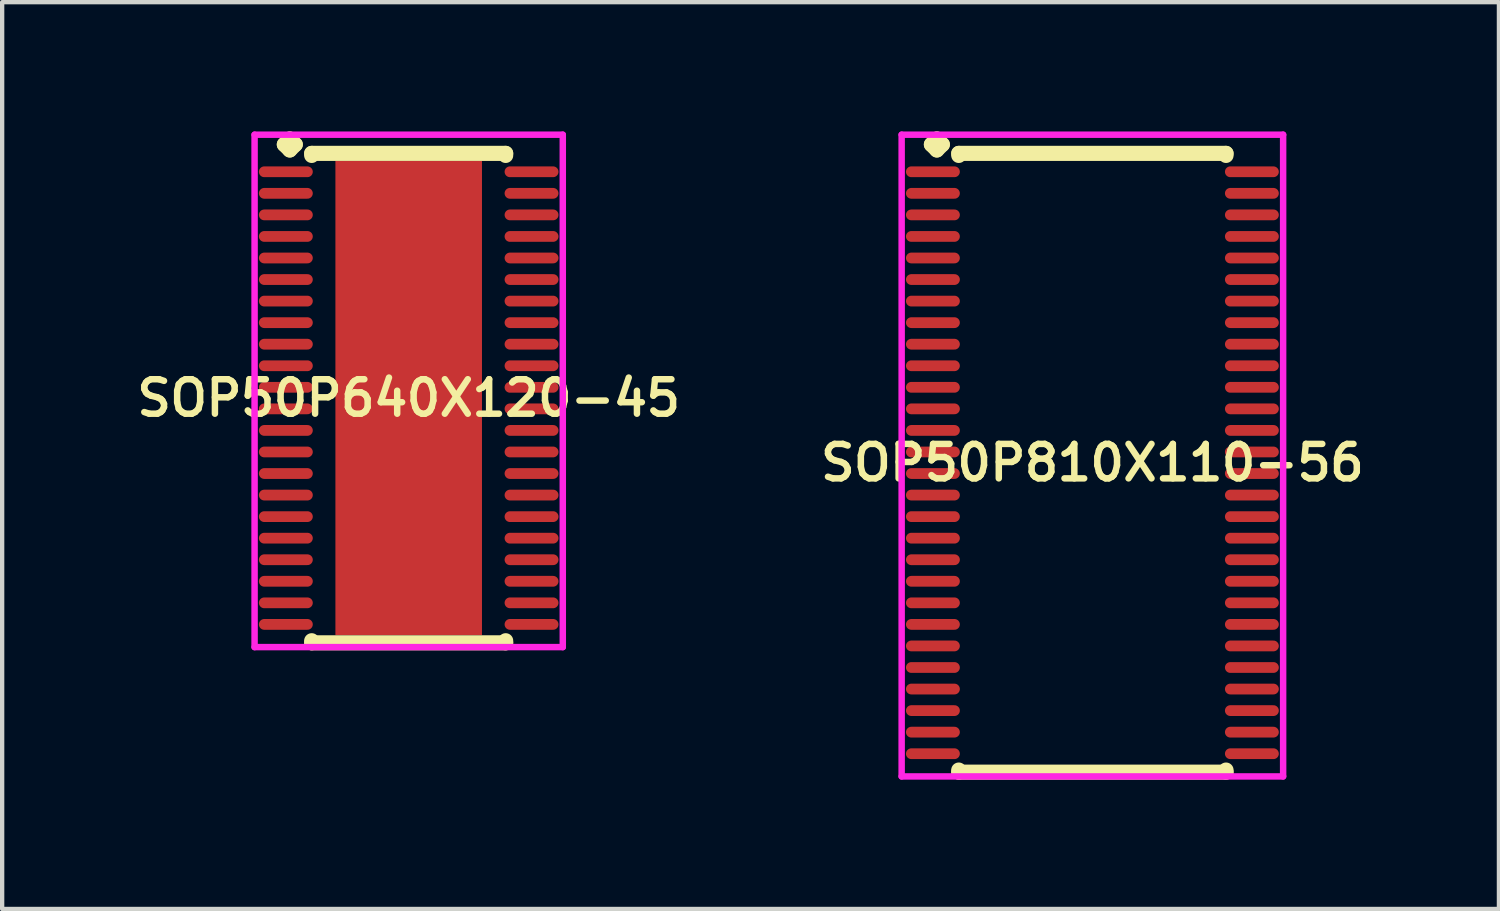
<source format=kicad_pcb>
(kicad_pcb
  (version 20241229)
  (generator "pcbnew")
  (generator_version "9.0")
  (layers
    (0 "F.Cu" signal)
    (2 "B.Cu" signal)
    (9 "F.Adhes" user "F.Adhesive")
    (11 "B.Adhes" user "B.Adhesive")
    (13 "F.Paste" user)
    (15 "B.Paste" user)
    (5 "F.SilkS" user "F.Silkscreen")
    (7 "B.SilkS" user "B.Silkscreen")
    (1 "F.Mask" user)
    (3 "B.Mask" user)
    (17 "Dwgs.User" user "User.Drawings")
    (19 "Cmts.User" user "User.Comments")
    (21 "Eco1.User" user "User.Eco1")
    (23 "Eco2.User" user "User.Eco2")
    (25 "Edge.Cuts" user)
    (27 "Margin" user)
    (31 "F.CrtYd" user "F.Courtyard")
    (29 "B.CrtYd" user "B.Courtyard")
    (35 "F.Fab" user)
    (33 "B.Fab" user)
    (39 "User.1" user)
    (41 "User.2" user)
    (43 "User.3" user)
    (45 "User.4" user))
  (footprint "SOP50P810X110-56"
    (layer "F.Cu")
    (at 22.292 7.685)
    (property "Reference" "SOP50P810X110-56" (at 0 0 0) (layer "F.SilkS") (effects (font (size 0.8 0.8) (thickness 0.15))))
    (attr smd)
    (fp_line (start -3.735 -7.383) (end -3.608 -7.51) (stroke (width 0.35) (type solid)) (layer "F.SilkS"))
    (fp_line (start -3.608 -7.51) (end -3.481 -7.383) (stroke (width 0.35) (type solid)) (layer "F.SilkS"))
    (fp_line (start -3.608 -7.256) (end -3.735 -7.383) (stroke (width 0.35) (type solid)) (layer "F.SilkS"))
    (fp_line (start -3.481 -7.383) (end -3.608 -7.256) (stroke (width 0.35) (type solid)) (layer "F.SilkS"))
    (fp_line (start -3.1 -7.177) (end 3.1 -7.177) (stroke (width 0.35) (type solid)) (layer "F.SilkS"))
    (fp_line (start -3.1 -7.129) (end -3.1 -7.177) (stroke (width 0.35) (type solid)) (layer "F.SilkS"))
    (fp_line (start -3.1 7.129) (end -3.1 7.177) (stroke (width 0.35) (type solid)) (layer "F.SilkS"))
    (fp_line (start -3.1 7.177) (end 3.1 7.177) (stroke (width 0.35) (type solid)) (layer "F.SilkS"))
    (fp_line (start 3.1 -7.177) (end 3.1 -7.129) (stroke (width 0.35) (type solid)) (layer "F.SilkS"))
    (fp_line (start 3.1 7.177) (end 3.1 7.129) (stroke (width 0.35) (type solid)) (layer "F.SilkS"))
    (fp_line (start -4.425 -7.61) (end 4.425 -7.61) (stroke (width 0.15) (type solid)) (layer "F.CrtYd"))
    (fp_line (start -4.425 7.277) (end -4.425 -7.61) (stroke (width 0.15) (type solid)) (layer "F.CrtYd"))
    (fp_line (start 4.425 -7.61) (end 4.425 7.277) (stroke (width 0.15) (type solid)) (layer "F.CrtYd"))
    (fp_line (start 4.425 7.277) (end -4.425 7.277) (stroke (width 0.15) (type solid)) (layer "F.CrtYd"))
    (pad "1" smd oval (at -3.7 -6.75) (size 1.25 0.25) (layers "F.Cu" "F.Mask" "F.Paste"))
    (pad "2" smd oval (at -3.7 -6.25) (size 1.25 0.25) (layers "F.Cu" "F.Mask" "F.Paste"))
    (pad "3" smd oval (at -3.7 -5.75) (size 1.25 0.25) (layers "F.Cu" "F.Mask" "F.Paste"))
    (pad "4" smd oval (at -3.7 -5.25) (size 1.25 0.25) (layers "F.Cu" "F.Mask" "F.Paste"))
    (pad "5" smd oval (at -3.7 -4.75) (size 1.25 0.25) (layers "F.Cu" "F.Mask" "F.Paste"))
    (pad "6" smd oval (at -3.7 -4.25) (size 1.25 0.25) (layers "F.Cu" "F.Mask" "F.Paste"))
    (pad "7" smd oval (at -3.7 -3.75) (size 1.25 0.25) (layers "F.Cu" "F.Mask" "F.Paste"))
    (pad "8" smd oval (at -3.7 -3.25) (size 1.25 0.25) (layers "F.Cu" "F.Mask" "F.Paste"))
    (pad "9" smd oval (at -3.7 -2.75) (size 1.25 0.25) (layers "F.Cu" "F.Mask" "F.Paste"))
    (pad "10" smd oval (at -3.7 -2.25) (size 1.25 0.25) (layers "F.Cu" "F.Mask" "F.Paste"))
    (pad "11" smd oval (at -3.7 -1.75) (size 1.25 0.25) (layers "F.Cu" "F.Mask" "F.Paste"))
    (pad "12" smd oval (at -3.7 -1.25) (size 1.25 0.25) (layers "F.Cu" "F.Mask" "F.Paste"))
    (pad "13" smd oval (at -3.7 -0.75) (size 1.25 0.25) (layers "F.Cu" "F.Mask" "F.Paste"))
    (pad "14" smd oval (at -3.7 -0.25) (size 1.25 0.25) (layers "F.Cu" "F.Mask" "F.Paste"))
    (pad "15" smd oval (at -3.7 0.25) (size 1.25 0.25) (layers "F.Cu" "F.Mask" "F.Paste"))
    (pad "16" smd oval (at -3.7 0.75) (size 1.25 0.25) (layers "F.Cu" "F.Mask" "F.Paste"))
    (pad "17" smd oval (at -3.7 1.25) (size 1.25 0.25) (layers "F.Cu" "F.Mask" "F.Paste"))
    (pad "18" smd oval (at -3.7 1.75) (size 1.25 0.25) (layers "F.Cu" "F.Mask" "F.Paste"))
    (pad "19" smd oval (at -3.7 2.25) (size 1.25 0.25) (layers "F.Cu" "F.Mask" "F.Paste"))
    (pad "20" smd oval (at -3.7 2.75) (size 1.25 0.25) (layers "F.Cu" "F.Mask" "F.Paste"))
    (pad "21" smd oval (at -3.7 3.25) (size 1.25 0.25) (layers "F.Cu" "F.Mask" "F.Paste"))
    (pad "22" smd oval (at -3.7 3.75) (size 1.25 0.25) (layers "F.Cu" "F.Mask" "F.Paste"))
    (pad "23" smd oval (at -3.7 4.25) (size 1.25 0.25) (layers "F.Cu" "F.Mask" "F.Paste"))
    (pad "24" smd oval (at -3.7 4.75) (size 1.25 0.25) (layers "F.Cu" "F.Mask" "F.Paste"))
    (pad "25" smd oval (at -3.7 5.25) (size 1.25 0.25) (layers "F.Cu" "F.Mask" "F.Paste"))
    (pad "26" smd oval (at -3.7 5.75) (size 1.25 0.25) (layers "F.Cu" "F.Mask" "F.Paste"))
    (pad "27" smd oval (at -3.7 6.25) (size 1.25 0.25) (layers "F.Cu" "F.Mask" "F.Paste"))
    (pad "28" smd oval (at -3.7 6.75) (size 1.25 0.25) (layers "F.Cu" "F.Mask" "F.Paste"))
    (pad "29" smd oval (at 3.7 6.75) (size 1.25 0.25) (layers "F.Cu" "F.Mask" "F.Paste"))
    (pad "30" smd oval (at 3.7 6.25) (size 1.25 0.25) (layers "F.Cu" "F.Mask" "F.Paste"))
    (pad "31" smd oval (at 3.7 5.75) (size 1.25 0.25) (layers "F.Cu" "F.Mask" "F.Paste"))
    (pad "32" smd oval (at 3.7 5.25) (size 1.25 0.25) (layers "F.Cu" "F.Mask" "F.Paste"))
    (pad "33" smd oval (at 3.7 4.75) (size 1.25 0.25) (layers "F.Cu" "F.Mask" "F.Paste"))
    (pad "34" smd oval (at 3.7 4.25) (size 1.25 0.25) (layers "F.Cu" "F.Mask" "F.Paste"))
    (pad "35" smd oval (at 3.7 3.75) (size 1.25 0.25) (layers "F.Cu" "F.Mask" "F.Paste"))
    (pad "36" smd oval (at 3.7 3.25) (size 1.25 0.25) (layers "F.Cu" "F.Mask" "F.Paste"))
    (pad "37" smd oval (at 3.7 2.75) (size 1.25 0.25) (layers "F.Cu" "F.Mask" "F.Paste"))
    (pad "38" smd oval (at 3.7 2.25) (size 1.25 0.25) (layers "F.Cu" "F.Mask" "F.Paste"))
    (pad "39" smd oval (at 3.7 1.75) (size 1.25 0.25) (layers "F.Cu" "F.Mask" "F.Paste"))
    (pad "40" smd oval (at 3.7 1.25) (size 1.25 0.25) (layers "F.Cu" "F.Mask" "F.Paste"))
    (pad "41" smd oval (at 3.7 0.75) (size 1.25 0.25) (layers "F.Cu" "F.Mask" "F.Paste"))
    (pad "42" smd oval (at 3.7 0.25) (size 1.25 0.25) (layers "F.Cu" "F.Mask" "F.Paste"))
    (pad "43" smd oval (at 3.7 -0.25) (size 1.25 0.25) (layers "F.Cu" "F.Mask" "F.Paste"))
    (pad "44" smd oval (at 3.7 -0.75) (size 1.25 0.25) (layers "F.Cu" "F.Mask" "F.Paste"))
    (pad "45" smd oval (at 3.7 -1.25) (size 1.25 0.25) (layers "F.Cu" "F.Mask" "F.Paste"))
    (pad "46" smd oval (at 3.7 -1.75) (size 1.25 0.25) (layers "F.Cu" "F.Mask" "F.Paste"))
    (pad "47" smd oval (at 3.7 -2.25) (size 1.25 0.25) (layers "F.Cu" "F.Mask" "F.Paste"))
    (pad "48" smd oval (at 3.7 -2.75) (size 1.25 0.25) (layers "F.Cu" "F.Mask" "F.Paste"))
    (pad "49" smd oval (at 3.7 -3.25) (size 1.25 0.25) (layers "F.Cu" "F.Mask" "F.Paste"))
    (pad "50" smd oval (at 3.7 -3.75) (size 1.25 0.25) (layers "F.Cu" "F.Mask" "F.Paste"))
    (pad "51" smd oval (at 3.7 -4.25) (size 1.25 0.25) (layers "F.Cu" "F.Mask" "F.Paste"))
    (pad "52" smd oval (at 3.7 -4.75) (size 1.25 0.25) (layers "F.Cu" "F.Mask" "F.Paste"))
    (pad "53" smd oval (at 3.7 -5.25) (size 1.25 0.25) (layers "F.Cu" "F.Mask" "F.Paste"))
    (pad "54" smd oval (at 3.7 -5.75) (size 1.25 0.25) (layers "F.Cu" "F.Mask" "F.Paste"))
    (pad "55" smd oval (at 3.7 -6.25) (size 1.25 0.25) (layers "F.Cu" "F.Mask" "F.Paste"))
    (pad "56" smd oval (at 3.7 -6.75) (size 1.25 0.25) (layers "F.Cu" "F.Mask" "F.Paste")))
  (footprint "SOP50P640X120-45"
    (layer "F.Cu")
    (at 6.431 6.185)
    (property "Reference" "SOP50P640X120-45" (at 0 0 0) (layer "F.SilkS") (effects (font (size 0.8 0.8) (thickness 0.15))))
    (attr smd)
    (fp_line (start -2.885 -5.883) (end -2.758 -6.01) (stroke (width 0.35) (type solid)) (layer "F.SilkS"))
    (fp_line (start -2.758 -6.01) (end -2.631 -5.883) (stroke (width 0.35) (type solid)) (layer "F.SilkS"))
    (fp_line (start -2.758 -5.756) (end -2.885 -5.883) (stroke (width 0.35) (type solid)) (layer "F.SilkS"))
    (fp_line (start -2.631 -5.883) (end -2.758 -5.756) (stroke (width 0.35) (type solid)) (layer "F.SilkS"))
    (fp_line (start -2.25 -5.677) (end 2.25 -5.677) (stroke (width 0.35) (type solid)) (layer "F.SilkS"))
    (fp_line (start -2.25 -5.629) (end -2.25 -5.677) (stroke (width 0.35) (type solid)) (layer "F.SilkS"))
    (fp_line (start -2.25 5.629) (end -2.25 5.677) (stroke (width 0.35) (type solid)) (layer "F.SilkS"))
    (fp_line (start -2.25 5.677) (end 2.25 5.677) (stroke (width 0.35) (type solid)) (layer "F.SilkS"))
    (fp_line (start 2.25 -5.677) (end 2.25 -5.629) (stroke (width 0.35) (type solid)) (layer "F.SilkS"))
    (fp_line (start 2.25 5.677) (end 2.25 5.629) (stroke (width 0.35) (type solid)) (layer "F.SilkS"))
    (fp_line (start -3.575 -6.11) (end 3.575 -6.11) (stroke (width 0.15) (type solid)) (layer "F.CrtYd"))
    (fp_line (start -3.575 5.777) (end -3.575 -6.11) (stroke (width 0.15) (type solid)) (layer "F.CrtYd"))
    (fp_line (start 3.575 -6.11) (end 3.575 5.777) (stroke (width 0.15) (type solid)) (layer "F.CrtYd"))
    (fp_line (start 3.575 5.777) (end -3.575 5.777) (stroke (width 0.15) (type solid)) (layer "F.CrtYd"))
    (pad "1" smd oval (at -2.85 -5.25) (size 1.25 0.25) (layers "F.Cu" "F.Mask" "F.Paste"))
    (pad "2" smd oval (at -2.85 -4.75) (size 1.25 0.25) (layers "F.Cu" "F.Mask" "F.Paste"))
    (pad "3" smd oval (at -2.85 -4.25) (size 1.25 0.25) (layers "F.Cu" "F.Mask" "F.Paste"))
    (pad "4" smd oval (at -2.85 -3.75) (size 1.25 0.25) (layers "F.Cu" "F.Mask" "F.Paste"))
    (pad "5" smd oval (at -2.85 -3.25) (size 1.25 0.25) (layers "F.Cu" "F.Mask" "F.Paste"))
    (pad "6" smd oval (at -2.85 -2.75) (size 1.25 0.25) (layers "F.Cu" "F.Mask" "F.Paste"))
    (pad "7" smd oval (at -2.85 -2.25) (size 1.25 0.25) (layers "F.Cu" "F.Mask" "F.Paste"))
    (pad "8" smd oval (at -2.85 -1.75) (size 1.25 0.25) (layers "F.Cu" "F.Mask" "F.Paste"))
    (pad "9" smd oval (at -2.85 -1.25) (size 1.25 0.25) (layers "F.Cu" "F.Mask" "F.Paste"))
    (pad "10" smd oval (at -2.85 -0.75) (size 1.25 0.25) (layers "F.Cu" "F.Mask" "F.Paste"))
    (pad "11" smd oval (at -2.85 -0.25) (size 1.25 0.25) (layers "F.Cu" "F.Mask" "F.Paste"))
    (pad "12" smd oval (at -2.85 0.25) (size 1.25 0.25) (layers "F.Cu" "F.Mask" "F.Paste"))
    (pad "13" smd oval (at -2.85 0.75) (size 1.25 0.25) (layers "F.Cu" "F.Mask" "F.Paste"))
    (pad "14" smd oval (at -2.85 1.25) (size 1.25 0.25) (layers "F.Cu" "F.Mask" "F.Paste"))
    (pad "15" smd oval (at -2.85 1.75) (size 1.25 0.25) (layers "F.Cu" "F.Mask" "F.Paste"))
    (pad "16" smd oval (at -2.85 2.25) (size 1.25 0.25) (layers "F.Cu" "F.Mask" "F.Paste"))
    (pad "17" smd oval (at -2.85 2.75) (size 1.25 0.25) (layers "F.Cu" "F.Mask" "F.Paste"))
    (pad "18" smd oval (at -2.85 3.25) (size 1.25 0.25) (layers "F.Cu" "F.Mask" "F.Paste"))
    (pad "19" smd oval (at -2.85 3.75) (size 1.25 0.25) (layers "F.Cu" "F.Mask" "F.Paste"))
    (pad "20" smd oval (at -2.85 4.25) (size 1.25 0.25) (layers "F.Cu" "F.Mask" "F.Paste"))
    (pad "21" smd oval (at -2.85 4.75) (size 1.25 0.25) (layers "F.Cu" "F.Mask" "F.Paste"))
    (pad "22" smd oval (at -2.85 5.25) (size 1.25 0.25) (layers "F.Cu" "F.Mask" "F.Paste"))
    (pad "23" smd oval (at 2.85 5.25) (size 1.25 0.25) (layers "F.Cu" "F.Mask" "F.Paste"))
    (pad "24" smd oval (at 2.85 4.75) (size 1.25 0.25) (layers "F.Cu" "F.Mask" "F.Paste"))
    (pad "25" smd oval (at 2.85 4.25) (size 1.25 0.25) (layers "F.Cu" "F.Mask" "F.Paste"))
    (pad "26" smd oval (at 2.85 3.75) (size 1.25 0.25) (layers "F.Cu" "F.Mask" "F.Paste"))
    (pad "27" smd oval (at 2.85 3.25) (size 1.25 0.25) (layers "F.Cu" "F.Mask" "F.Paste"))
    (pad "28" smd oval (at 2.85 2.75) (size 1.25 0.25) (layers "F.Cu" "F.Mask" "F.Paste"))
    (pad "29" smd oval (at 2.85 2.25) (size 1.25 0.25) (layers "F.Cu" "F.Mask" "F.Paste"))
    (pad "30" smd oval (at 2.85 1.75) (size 1.25 0.25) (layers "F.Cu" "F.Mask" "F.Paste"))
    (pad "31" smd oval (at 2.85 1.25) (size 1.25 0.25) (layers "F.Cu" "F.Mask" "F.Paste"))
    (pad "32" smd oval (at 2.85 0.75) (size 1.25 0.25) (layers "F.Cu" "F.Mask" "F.Paste"))
    (pad "33" smd oval (at 2.85 0.25) (size 1.25 0.25) (layers "F.Cu" "F.Mask" "F.Paste"))
    (pad "34" smd oval (at 2.85 -0.25) (size 1.25 0.25) (layers "F.Cu" "F.Mask" "F.Paste"))
    (pad "35" smd oval (at 2.85 -0.75) (size 1.25 0.25) (layers "F.Cu" "F.Mask" "F.Paste"))
    (pad "36" smd oval (at 2.85 -1.25) (size 1.25 0.25) (layers "F.Cu" "F.Mask" "F.Paste"))
    (pad "37" smd oval (at 2.85 -1.75) (size 1.25 0.25) (layers "F.Cu" "F.Mask" "F.Paste"))
    (pad "38" smd oval (at 2.85 -2.25) (size 1.25 0.25) (layers "F.Cu" "F.Mask" "F.Paste"))
    (pad "39" smd oval (at 2.85 -2.75) (size 1.25 0.25) (layers "F.Cu" "F.Mask" "F.Paste"))
    (pad "40" smd oval (at 2.85 -3.25) (size 1.25 0.25) (layers "F.Cu" "F.Mask" "F.Paste"))
    (pad "41" smd oval (at 2.85 -3.75) (size 1.25 0.25) (layers "F.Cu" "F.Mask" "F.Paste"))
    (pad "42" smd oval (at 2.85 -4.25) (size 1.25 0.25) (layers "F.Cu" "F.Mask" "F.Paste"))
    (pad "43" smd oval (at 2.85 -4.75) (size 1.25 0.25) (layers "F.Cu" "F.Mask" "F.Paste"))
    (pad "44" smd oval (at 2.85 -5.25) (size 1.25 0.25) (layers "F.Cu" "F.Mask" "F.Paste"))
    (pad "45" smd rect (at 0 0) (size 3.4 11) (layers "F.Cu" "F.Mask" "F.Paste")))
  (gr_rect
    (start -3 -3)
    (end 31.723 18.037)
    (stroke (width 0.1) (type default))
    (fill no)
    (layer "Edge.Cuts")))
</source>
